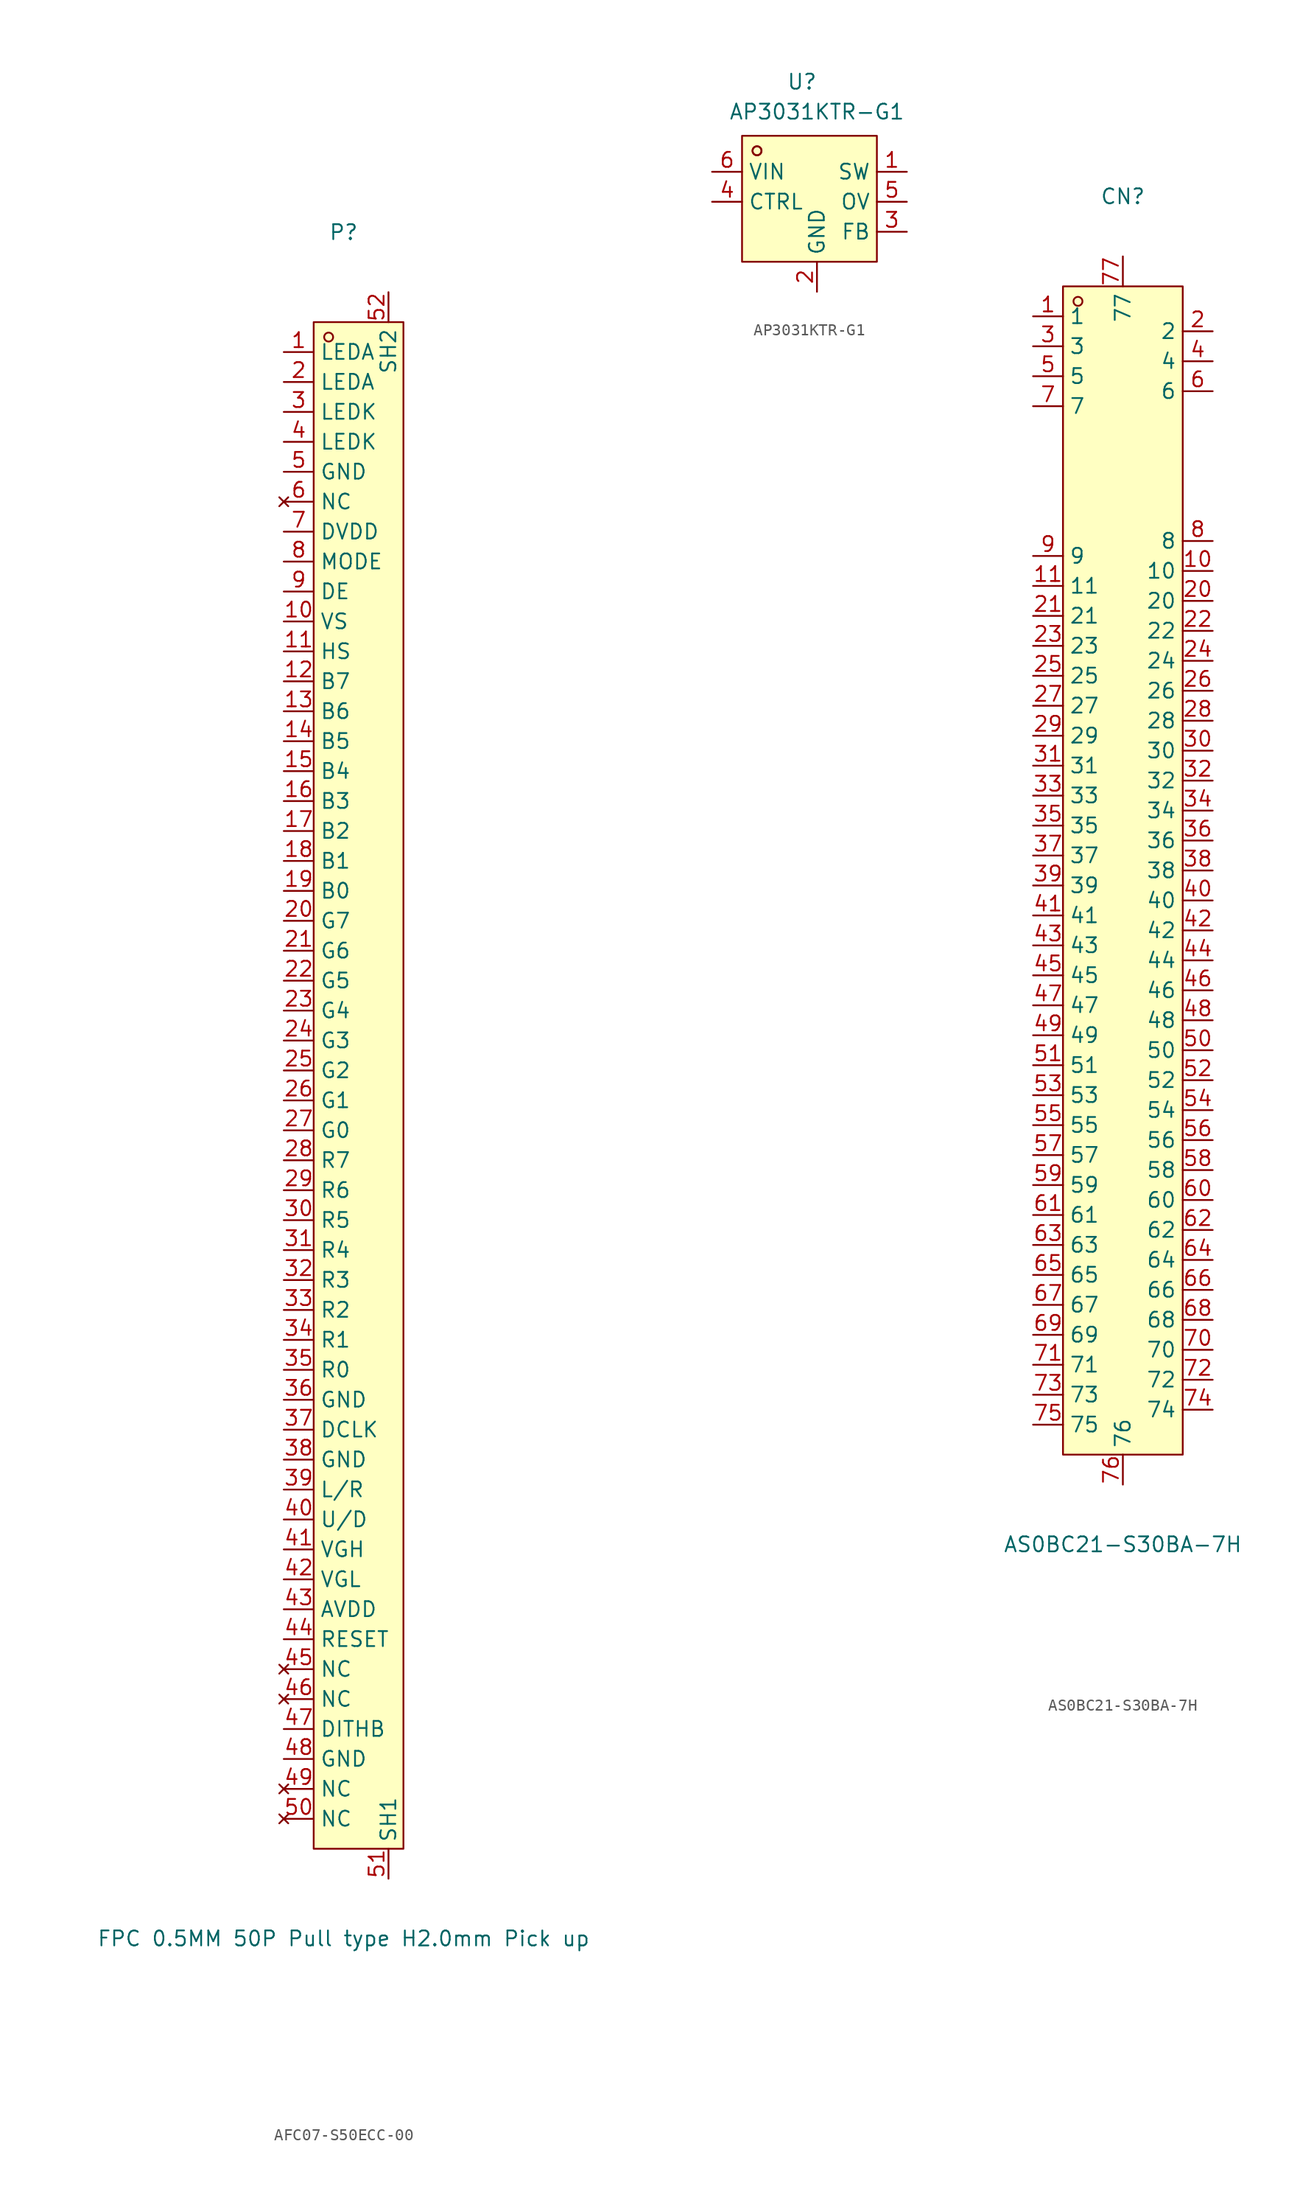
<source format=kicad_sym>
(kicad_symbol_lib
  (version 20220914)
  (generator https://github.com/uPesy/easyeda2kicad.py)
  (symbol "AFC07-S50ECC-00"
    (property "Reference" "P"
      (at 0 72.39 0)
      (effects (font (size 1.27 1.27))))
    (property "Value" "FPC 0.5MM 50P Pull type H2.0mm Pick up"
      (at 0 -72.39 0)
      (effects (font (size 1.27 1.27))))
    (symbol "AFC07-S50ECC-00_0_1"
      (rectangle (start -2.54 64.77) (end 5.08 -64.77) (stroke (width 0) (type default)) (fill (type background)))
      (circle (center -1.27 63.5) (radius 0.38) (stroke (width 0) (type default)) (fill (type none)))
      (pin power_in line (at -5.08 62.23 0) (length 2.54) (name "LEDA" (effects (font (size 1.27 1.27)))) (number "1" (effects (font (size 1.27 1.27)))))
      (pin bidirectional line (at -5.08 39.37 0) (length 2.54) (name "VS" (effects (font (size 1.27 1.27)))) (number "10" (effects (font (size 1.27 1.27)))))
      (pin bidirectional line (at -5.08 36.83 0) (length 2.54) (name "HS" (effects (font (size 1.27 1.27)))) (number "11" (effects (font (size 1.27 1.27)))))
      (pin bidirectional line (at -5.08 34.29 0) (length 2.54) (name "B7" (effects (font (size 1.27 1.27)))) (number "12" (effects (font (size 1.27 1.27)))))
      (pin bidirectional line (at -5.08 31.75 0) (length 2.54) (name "B6" (effects (font (size 1.27 1.27)))) (number "13" (effects (font (size 1.27 1.27)))))
      (pin bidirectional line (at -5.08 29.21 0) (length 2.54) (name "B5" (effects (font (size 1.27 1.27)))) (number "14" (effects (font (size 1.27 1.27)))))
      (pin bidirectional line (at -5.08 26.67 0) (length 2.54) (name "B4" (effects (font (size 1.27 1.27)))) (number "15" (effects (font (size 1.27 1.27)))))
      (pin bidirectional line (at -5.08 24.13 0) (length 2.54) (name "B3" (effects (font (size 1.27 1.27)))) (number "16" (effects (font (size 1.27 1.27)))))
      (pin bidirectional line (at -5.08 21.59 0) (length 2.54) (name "B2" (effects (font (size 1.27 1.27)))) (number "17" (effects (font (size 1.27 1.27)))))
      (pin bidirectional line (at -5.08 19.05 0) (length 2.54) (name "B1" (effects (font (size 1.27 1.27)))) (number "18" (effects (font (size 1.27 1.27)))))
      (pin bidirectional line (at -5.08 16.51 0) (length 2.54) (name "B0" (effects (font (size 1.27 1.27)))) (number "19" (effects (font (size 1.27 1.27)))))
      (pin power_in line (at -5.08 59.69 0) (length 2.54) (name "LEDA" (effects (font (size 1.27 1.27)))) (number "2" (effects (font (size 1.27 1.27)))))
      (pin bidirectional line (at -5.08 13.97 0) (length 2.54) (name "G7" (effects (font (size 1.27 1.27)))) (number "20" (effects (font (size 1.27 1.27)))))
      (pin bidirectional line (at -5.08 11.43 0) (length 2.54) (name "G6" (effects (font (size 1.27 1.27)))) (number "21" (effects (font (size 1.27 1.27)))))
      (pin bidirectional line (at -5.08 8.89 0) (length 2.54) (name "G5" (effects (font (size 1.27 1.27)))) (number "22" (effects (font (size 1.27 1.27)))))
      (pin bidirectional line (at -5.08 6.35 0) (length 2.54) (name "G4" (effects (font (size 1.27 1.27)))) (number "23" (effects (font (size 1.27 1.27)))))
      (pin bidirectional line (at -5.08 3.81 0) (length 2.54) (name "G3" (effects (font (size 1.27 1.27)))) (number "24" (effects (font (size 1.27 1.27)))))
      (pin bidirectional line (at -5.08 1.27 0) (length 2.54) (name "G2" (effects (font (size 1.27 1.27)))) (number "25" (effects (font (size 1.27 1.27)))))
      (pin bidirectional line (at -5.08 -1.27 0) (length 2.54) (name "G1" (effects (font (size 1.27 1.27)))) (number "26" (effects (font (size 1.27 1.27)))))
      (pin bidirectional line (at -5.08 -3.81 0) (length 2.54) (name "G0" (effects (font (size 1.27 1.27)))) (number "27" (effects (font (size 1.27 1.27)))))
      (pin bidirectional line (at -5.08 -6.35 0) (length 2.54) (name "R7" (effects (font (size 1.27 1.27)))) (number "28" (effects (font (size 1.27 1.27)))))
      (pin bidirectional line (at -5.08 -8.89 0) (length 2.54) (name "R6" (effects (font (size 1.27 1.27)))) (number "29" (effects (font (size 1.27 1.27)))))
      (pin power_in line (at -5.08 57.15 0) (length 2.54) (name "LEDK" (effects (font (size 1.27 1.27)))) (number "3" (effects (font (size 1.27 1.27)))))
      (pin bidirectional line (at -5.08 -11.43 0) (length 2.54) (name "R5" (effects (font (size 1.27 1.27)))) (number "30" (effects (font (size 1.27 1.27)))))
      (pin bidirectional line (at -5.08 -13.97 0) (length 2.54) (name "R4" (effects (font (size 1.27 1.27)))) (number "31" (effects (font (size 1.27 1.27)))))
      (pin bidirectional line (at -5.08 -16.51 0) (length 2.54) (name "R3" (effects (font (size 1.27 1.27)))) (number "32" (effects (font (size 1.27 1.27)))))
      (pin bidirectional line (at -5.08 -19.05 0) (length 2.54) (name "R2" (effects (font (size 1.27 1.27)))) (number "33" (effects (font (size 1.27 1.27)))))
      (pin bidirectional line (at -5.08 -21.59 0) (length 2.54) (name "R1" (effects (font (size 1.27 1.27)))) (number "34" (effects (font (size 1.27 1.27)))))
      (pin bidirectional line (at -5.08 -24.13 0) (length 2.54) (name "R0" (effects (font (size 1.27 1.27)))) (number "35" (effects (font (size 1.27 1.27)))))
      (pin power_in line (at -5.08 -26.67 0) (length 2.54) (name "GND" (effects (font (size 1.27 1.27)))) (number "36" (effects (font (size 1.27 1.27)))))
      (pin bidirectional line (at -5.08 -29.21 0) (length 2.54) (name "DCLK" (effects (font (size 1.27 1.27)))) (number "37" (effects (font (size 1.27 1.27)))))
      (pin power_in line (at -5.08 -31.75 0) (length 2.54) (name "GND" (effects (font (size 1.27 1.27)))) (number "38" (effects (font (size 1.27 1.27)))))
      (pin power_in line (at -5.08 54.61 0) (length 2.54) (name "LEDK" (effects (font (size 1.27 1.27)))) (number "4" (effects (font (size 1.27 1.27)))))
      (pin power_in line (at -5.08 -44.45 0) (length 2.54) (name "AVDD" (effects (font (size 1.27 1.27)))) (number "43" (effects (font (size 1.27 1.27)))))
      (pin bidirectional line (at -5.08 -46.99 0) (length 2.54) (name "RESET" (effects (font (size 1.27 1.27)))) (number "44" (effects (font (size 1.27 1.27)))))
      (pin no_connect line (at -5.08 -49.53 0) (length 2.54) (name "NC" (effects (font (size 1.27 1.27)))) (number "45" (effects (font (size 1.27 1.27)))))
      (pin no_connect line (at -5.08 -52.07 0) (length 2.54) (name "NC" (effects (font (size 1.27 1.27)))) (number "46" (effects (font (size 1.27 1.27)))))
      (pin bidirectional line (at -5.08 -54.61 0) (length 2.54) (name "DITHB" (effects (font (size 1.27 1.27)))) (number "47" (effects (font (size 1.27 1.27)))))
      (pin power_in line (at -5.08 -57.15 0) (length 2.54) (name "GND" (effects (font (size 1.27 1.27)))) (number "48" (effects (font (size 1.27 1.27)))))
      (pin no_connect line (at -5.08 -59.69 0) (length 2.54) (name "NC" (effects (font (size 1.27 1.27)))) (number "49" (effects (font (size 1.27 1.27)))))
      (pin power_in line (at -5.08 52.07 0) (length 2.54) (name "GND" (effects (font (size 1.27 1.27)))) (number "5" (effects (font (size 1.27 1.27)))))
      (pin no_connect line (at -5.08 -62.23 0) (length 2.54) (name "NC" (effects (font (size 1.27 1.27)))) (number "50" (effects (font (size 1.27 1.27)))))
      (pin no_connect line (at -5.08 49.53 0) (length 2.54) (name "NC" (effects (font (size 1.27 1.27)))) (number "6" (effects (font (size 1.27 1.27)))))
      (pin power_in line (at -5.08 46.99 0) (length 2.54) (name "DVDD" (effects (font (size 1.27 1.27)))) (number "7" (effects (font (size 1.27 1.27)))))
      (pin bidirectional line (at -5.08 44.45 0) (length 2.54) (name "MODE" (effects (font (size 1.27 1.27)))) (number "8" (effects (font (size 1.27 1.27)))))
      (pin bidirectional line (at -5.08 41.91 0) (length 2.54) (name "DE" (effects (font (size 1.27 1.27)))) (number "9" (effects (font (size 1.27 1.27))))))
    (symbol "AFC07-S50ECC-00_1_1"
      (pin input line (at -5.08 -34.29 0) (length 2.54) (name "L/R" (effects (font (size 1.27 1.27)))) (number "39" (effects (font (size 1.27 1.27)))))
      (pin input line (at -5.08 -36.83 0) (length 2.54) (name "U/D" (effects (font (size 1.27 1.27)))) (number "40" (effects (font (size 1.27 1.27)))))
      (pin power_in line (at -5.08 -39.37 0) (length 2.54) (name "VGH" (effects (font (size 1.27 1.27)))) (number "41" (effects (font (size 1.27 1.27)))))
      (pin power_in line (at -5.08 -41.91 0) (length 2.54) (name "VGL" (effects (font (size 1.27 1.27)))) (number "42" (effects (font (size 1.27 1.27)))))
      (pin power_in line (at 3.81 -67.31 90) (length 2.54) (name "SH1" (effects (font (size 1.27 1.27)))) (number "51" (effects (font (size 1.27 1.27)))))
      (pin power_in line (at 3.81 67.31 270) (length 2.54) (name "SH2" (effects (font (size 1.27 1.27)))) (number "52" (effects (font (size 1.27 1.27)))))))
  (symbol "AP3031KTR-G1"
    (property "Reference" "U"
      (at -2.54 10.16 0)
      (effects (font (size 1.27 1.27))))
    (property "Value" "AP3031KTR-G1"
      (at -1.27 7.62 0)
      (effects (font (size 1.27 1.27))))
    (symbol "AP3031KTR-G1_0_1"
      (rectangle (start -7.62 5.59) (end 3.81 -5.08) (stroke (width 0) (type default)) (fill (type background)))
      (circle (center -6.35 4.32) (radius 0.38) (stroke (width 0) (type default)) (fill (type none)))
      (circle (center -6.35 4.32) (radius 0.38) (stroke (width 0) (type default)) (fill (type none))))
    (symbol "AP3031KTR-G1_1_1"
      (pin power_out line (at 6.35 2.54 180) (length 2.54) (name "SW" (effects (font (size 1.27 1.27)))) (number "1" (effects (font (size 1.27 1.27)))))
      (pin power_in line (at -1.27 -7.62 90) (length 2.54) (name "GND" (effects (font (size 1.27 1.27)))) (number "2" (effects (font (size 1.27 1.27)))))
      (pin input line (at 6.35 -2.54 180) (length 2.54) (name "FB" (effects (font (size 1.27 1.27)))) (number "3" (effects (font (size 1.27 1.27)))))
      (pin input line (at -10.16 0 0) (length 2.54) (name "CTRL" (effects (font (size 1.27 1.27)))) (number "4" (effects (font (size 1.27 1.27)))))
      (pin input line (at 6.35 0 180) (length 2.54) (name "OV" (effects (font (size 1.27 1.27)))) (number "5" (effects (font (size 1.27 1.27)))))
      (pin power_in line (at -10.16 2.54 0) (length 2.54) (name "VIN" (effects (font (size 1.27 1.27)))) (number "6" (effects (font (size 1.27 1.27)))))))
  (symbol "AS0BC21-S30BA-7H"
    (property "Reference" "CN"
      (at 0 57.15 0)
      (effects (font (size 1.27 1.27))))
    (property "Value" "AS0BC21-S30BA-7H"
      (at 0 -57.15 0)
      (effects (font (size 1.27 1.27))))
    (symbol "AS0BC21-S30BA-7H_0_1"
      (rectangle (start -5.08 49.53) (end 5.08 -49.53) (stroke (width 0) (type default)) (fill (type background)))
      (circle (center -3.81 48.26) (radius 0.38) (stroke (width 0) (type default)) (fill (type none)))
      (pin unspecified line (at -7.62 46.99 0) (length 2.54) (name "1" (effects (font (size 1.27 1.27)))) (number "1" (effects (font (size 1.27 1.27)))))
      (pin unspecified line (at 7.62 25.4 180) (length 2.54) (name "10" (effects (font (size 1.27 1.27)))) (number "10" (effects (font (size 1.27 1.27)))))
      (pin unspecified line (at -7.62 24.13 0) (length 2.54) (name "11" (effects (font (size 1.27 1.27)))) (number "11" (effects (font (size 1.27 1.27)))))
      (pin unspecified line (at 7.62 45.72 180) (length 2.54) (name "2" (effects (font (size 1.27 1.27)))) (number "2" (effects (font (size 1.27 1.27)))))
      (pin unspecified line (at 7.62 22.86 180) (length 2.54) (name "20" (effects (font (size 1.27 1.27)))) (number "20" (effects (font (size 1.27 1.27)))))
      (pin unspecified line (at -7.62 21.59 0) (length 2.54) (name "21" (effects (font (size 1.27 1.27)))) (number "21" (effects (font (size 1.27 1.27)))))
      (pin unspecified line (at 7.62 20.32 180) (length 2.54) (name "22" (effects (font (size 1.27 1.27)))) (number "22" (effects (font (size 1.27 1.27)))))
      (pin unspecified line (at -7.62 19.05 0) (length 2.54) (name "23" (effects (font (size 1.27 1.27)))) (number "23" (effects (font (size 1.27 1.27)))))
      (pin unspecified line (at 7.62 17.78 180) (length 2.54) (name "24" (effects (font (size 1.27 1.27)))) (number "24" (effects (font (size 1.27 1.27)))))
      (pin unspecified line (at -7.62 16.51 0) (length 2.54) (name "25" (effects (font (size 1.27 1.27)))) (number "25" (effects (font (size 1.27 1.27)))))
      (pin unspecified line (at 7.62 15.24 180) (length 2.54) (name "26" (effects (font (size 1.27 1.27)))) (number "26" (effects (font (size 1.27 1.27)))))
      (pin unspecified line (at -7.62 13.97 0) (length 2.54) (name "27" (effects (font (size 1.27 1.27)))) (number "27" (effects (font (size 1.27 1.27)))))
      (pin unspecified line (at 7.62 12.7 180) (length 2.54) (name "28" (effects (font (size 1.27 1.27)))) (number "28" (effects (font (size 1.27 1.27)))))
      (pin unspecified line (at -7.62 11.43 0) (length 2.54) (name "29" (effects (font (size 1.27 1.27)))) (number "29" (effects (font (size 1.27 1.27)))))
      (pin unspecified line (at -7.62 44.45 0) (length 2.54) (name "3" (effects (font (size 1.27 1.27)))) (number "3" (effects (font (size 1.27 1.27)))))
      (pin unspecified line (at 7.62 10.16 180) (length 2.54) (name "30" (effects (font (size 1.27 1.27)))) (number "30" (effects (font (size 1.27 1.27)))))
      (pin unspecified line (at -7.62 8.89 0) (length 2.54) (name "31" (effects (font (size 1.27 1.27)))) (number "31" (effects (font (size 1.27 1.27)))))
      (pin unspecified line (at 7.62 7.62 180) (length 2.54) (name "32" (effects (font (size 1.27 1.27)))) (number "32" (effects (font (size 1.27 1.27)))))
      (pin unspecified line (at -7.62 6.35 0) (length 2.54) (name "33" (effects (font (size 1.27 1.27)))) (number "33" (effects (font (size 1.27 1.27)))))
      (pin unspecified line (at 7.62 5.08 180) (length 2.54) (name "34" (effects (font (size 1.27 1.27)))) (number "34" (effects (font (size 1.27 1.27)))))
      (pin unspecified line (at -7.62 3.81 0) (length 2.54) (name "35" (effects (font (size 1.27 1.27)))) (number "35" (effects (font (size 1.27 1.27)))))
      (pin unspecified line (at 7.62 2.54 180) (length 2.54) (name "36" (effects (font (size 1.27 1.27)))) (number "36" (effects (font (size 1.27 1.27)))))
      (pin unspecified line (at -7.62 1.27 0) (length 2.54) (name "37" (effects (font (size 1.27 1.27)))) (number "37" (effects (font (size 1.27 1.27)))))
      (pin unspecified line (at 7.62 0 180) (length 2.54) (name "38" (effects (font (size 1.27 1.27)))) (number "38" (effects (font (size 1.27 1.27)))))
      (pin unspecified line (at -7.62 -1.27 0) (length 2.54) (name "39" (effects (font (size 1.27 1.27)))) (number "39" (effects (font (size 1.27 1.27)))))
      (pin unspecified line (at 7.62 43.18 180) (length 2.54) (name "4" (effects (font (size 1.27 1.27)))) (number "4" (effects (font (size 1.27 1.27)))))
      (pin unspecified line (at 7.62 -2.54 180) (length 2.54) (name "40" (effects (font (size 1.27 1.27)))) (number "40" (effects (font (size 1.27 1.27)))))
      (pin unspecified line (at -7.62 -3.81 0) (length 2.54) (name "41" (effects (font (size 1.27 1.27)))) (number "41" (effects (font (size 1.27 1.27)))))
      (pin unspecified line (at 7.62 -5.08 180) (length 2.54) (name "42" (effects (font (size 1.27 1.27)))) (number "42" (effects (font (size 1.27 1.27)))))
      (pin unspecified line (at -7.62 -6.35 0) (length 2.54) (name "43" (effects (font (size 1.27 1.27)))) (number "43" (effects (font (size 1.27 1.27)))))
      (pin unspecified line (at 7.62 -7.62 180) (length 2.54) (name "44" (effects (font (size 1.27 1.27)))) (number "44" (effects (font (size 1.27 1.27)))))
      (pin unspecified line (at -7.62 -8.89 0) (length 2.54) (name "45" (effects (font (size 1.27 1.27)))) (number "45" (effects (font (size 1.27 1.27)))))
      (pin unspecified line (at 7.62 -10.16 180) (length 2.54) (name "46" (effects (font (size 1.27 1.27)))) (number "46" (effects (font (size 1.27 1.27)))))
      (pin unspecified line (at -7.62 -11.43 0) (length 2.54) (name "47" (effects (font (size 1.27 1.27)))) (number "47" (effects (font (size 1.27 1.27)))))
      (pin unspecified line (at 7.62 -12.7 180) (length 2.54) (name "48" (effects (font (size 1.27 1.27)))) (number "48" (effects (font (size 1.27 1.27)))))
      (pin unspecified line (at -7.62 -13.97 0) (length 2.54) (name "49" (effects (font (size 1.27 1.27)))) (number "49" (effects (font (size 1.27 1.27)))))
      (pin unspecified line (at -7.62 41.91 0) (length 2.54) (name "5" (effects (font (size 1.27 1.27)))) (number "5" (effects (font (size 1.27 1.27)))))
      (pin unspecified line (at 7.62 -15.24 180) (length 2.54) (name "50" (effects (font (size 1.27 1.27)))) (number "50" (effects (font (size 1.27 1.27)))))
      (pin unspecified line (at -7.62 -16.51 0) (length 2.54) (name "51" (effects (font (size 1.27 1.27)))) (number "51" (effects (font (size 1.27 1.27)))))
      (pin unspecified line (at 7.62 -17.78 180) (length 2.54) (name "52" (effects (font (size 1.27 1.27)))) (number "52" (effects (font (size 1.27 1.27)))))
      (pin unspecified line (at -7.62 -19.05 0) (length 2.54) (name "53" (effects (font (size 1.27 1.27)))) (number "53" (effects (font (size 1.27 1.27)))))
      (pin unspecified line (at 7.62 -20.32 180) (length 2.54) (name "54" (effects (font (size 1.27 1.27)))) (number "54" (effects (font (size 1.27 1.27)))))
      (pin unspecified line (at -7.62 -21.59 0) (length 2.54) (name "55" (effects (font (size 1.27 1.27)))) (number "55" (effects (font (size 1.27 1.27)))))
      (pin unspecified line (at 7.62 -22.86 180) (length 2.54) (name "56" (effects (font (size 1.27 1.27)))) (number "56" (effects (font (size 1.27 1.27)))))
      (pin unspecified line (at -7.62 -24.13 0) (length 2.54) (name "57" (effects (font (size 1.27 1.27)))) (number "57" (effects (font (size 1.27 1.27)))))
      (pin unspecified line (at 7.62 -25.4 180) (length 2.54) (name "58" (effects (font (size 1.27 1.27)))) (number "58" (effects (font (size 1.27 1.27)))))
      (pin unspecified line (at -7.62 -26.67 0) (length 2.54) (name "59" (effects (font (size 1.27 1.27)))) (number "59" (effects (font (size 1.27 1.27)))))
      (pin unspecified line (at 7.62 40.64 180) (length 2.54) (name "6" (effects (font (size 1.27 1.27)))) (number "6" (effects (font (size 1.27 1.27)))))
      (pin unspecified line (at 7.62 -27.94 180) (length 2.54) (name "60" (effects (font (size 1.27 1.27)))) (number "60" (effects (font (size 1.27 1.27)))))
      (pin unspecified line (at -7.62 -29.21 0) (length 2.54) (name "61" (effects (font (size 1.27 1.27)))) (number "61" (effects (font (size 1.27 1.27)))))
      (pin unspecified line (at 7.62 -30.48 180) (length 2.54) (name "62" (effects (font (size 1.27 1.27)))) (number "62" (effects (font (size 1.27 1.27)))))
      (pin unspecified line (at -7.62 -31.75 0) (length 2.54) (name "63" (effects (font (size 1.27 1.27)))) (number "63" (effects (font (size 1.27 1.27)))))
      (pin unspecified line (at 7.62 -33.02 180) (length 2.54) (name "64" (effects (font (size 1.27 1.27)))) (number "64" (effects (font (size 1.27 1.27)))))
      (pin unspecified line (at -7.62 -34.29 0) (length 2.54) (name "65" (effects (font (size 1.27 1.27)))) (number "65" (effects (font (size 1.27 1.27)))))
      (pin unspecified line (at 7.62 -35.56 180) (length 2.54) (name "66" (effects (font (size 1.27 1.27)))) (number "66" (effects (font (size 1.27 1.27)))))
      (pin unspecified line (at -7.62 -36.83 0) (length 2.54) (name "67" (effects (font (size 1.27 1.27)))) (number "67" (effects (font (size 1.27 1.27)))))
      (pin unspecified line (at 7.62 -38.1 180) (length 2.54) (name "68" (effects (font (size 1.27 1.27)))) (number "68" (effects (font (size 1.27 1.27)))))
      (pin unspecified line (at -7.62 -39.37 0) (length 2.54) (name "69" (effects (font (size 1.27 1.27)))) (number "69" (effects (font (size 1.27 1.27)))))
      (pin unspecified line (at -7.62 39.37 0) (length 2.54) (name "7" (effects (font (size 1.27 1.27)))) (number "7" (effects (font (size 1.27 1.27)))))
      (pin unspecified line (at 7.62 -40.64 180) (length 2.54) (name "70" (effects (font (size 1.27 1.27)))) (number "70" (effects (font (size 1.27 1.27)))))
      (pin unspecified line (at -7.62 -41.91 0) (length 2.54) (name "71" (effects (font (size 1.27 1.27)))) (number "71" (effects (font (size 1.27 1.27)))))
      (pin unspecified line (at 7.62 -43.18 180) (length 2.54) (name "72" (effects (font (size 1.27 1.27)))) (number "72" (effects (font (size 1.27 1.27)))))
      (pin unspecified line (at -7.62 -44.45 0) (length 2.54) (name "73" (effects (font (size 1.27 1.27)))) (number "73" (effects (font (size 1.27 1.27)))))
      (pin unspecified line (at 7.62 -45.72 180) (length 2.54) (name "74" (effects (font (size 1.27 1.27)))) (number "74" (effects (font (size 1.27 1.27)))))
      (pin unspecified line (at -7.62 -46.99 0) (length 2.54) (name "75" (effects (font (size 1.27 1.27)))) (number "75" (effects (font (size 1.27 1.27)))))
      (pin unspecified line (at 0 -52.07 90) (length 2.54) (name "76" (effects (font (size 1.27 1.27)))) (number "76" (effects (font (size 1.27 1.27)))))
      (pin unspecified line (at 0 52.07 270) (length 2.54) (name "77" (effects (font (size 1.27 1.27)))) (number "77" (effects (font (size 1.27 1.27)))))
      (pin unspecified line (at 7.62 27.94 180) (length 2.54) (name "8" (effects (font (size 1.27 1.27)))) (number "8" (effects (font (size 1.27 1.27)))))
      (pin unspecified line (at -7.62 26.67 0) (length 2.54) (name "9" (effects (font (size 1.27 1.27)))) (number "9" (effects (font (size 1.27 1.27))))))))
</source>
